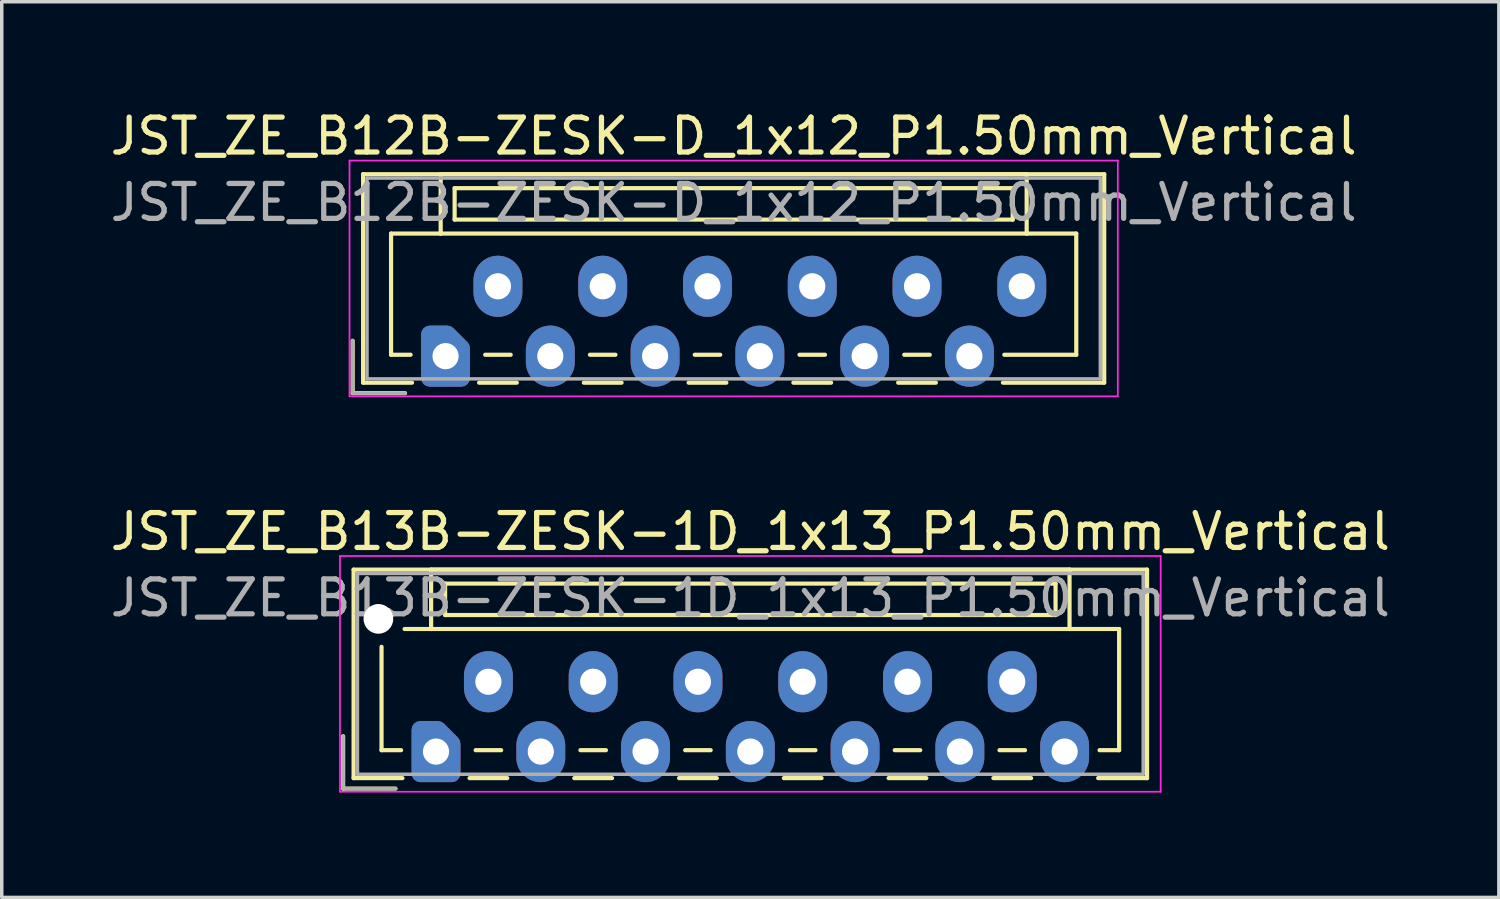
<source format=kicad_pcb>
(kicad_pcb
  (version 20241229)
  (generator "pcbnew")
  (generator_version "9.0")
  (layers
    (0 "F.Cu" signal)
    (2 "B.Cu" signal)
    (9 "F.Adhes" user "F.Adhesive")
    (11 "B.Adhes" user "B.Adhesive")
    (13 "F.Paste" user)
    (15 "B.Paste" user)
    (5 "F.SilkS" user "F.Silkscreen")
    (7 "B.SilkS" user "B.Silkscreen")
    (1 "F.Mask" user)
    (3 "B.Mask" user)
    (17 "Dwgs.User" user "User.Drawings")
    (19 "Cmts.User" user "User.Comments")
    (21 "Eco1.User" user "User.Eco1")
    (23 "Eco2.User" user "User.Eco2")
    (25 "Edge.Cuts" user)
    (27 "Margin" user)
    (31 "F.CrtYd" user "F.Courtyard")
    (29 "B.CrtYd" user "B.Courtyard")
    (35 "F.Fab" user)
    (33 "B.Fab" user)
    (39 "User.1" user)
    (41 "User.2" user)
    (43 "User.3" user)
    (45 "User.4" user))
  (footprint "JST_ZE_B12B-ZESK-D_1x12_P1.50mm_Vertical"
    (layer "F.Cu")
    (at 9.708 7.148)
    (property "Reference" "JST_ZE_B12B-ZESK-D_1x12_P1.50mm_Vertical" (at 8.25 -6.3 0) (layer "F.SilkS") (effects (font (size 1 1) (thickness 0.15))))
    (attr through_hole)
    (fp_line (start -2.66 -0.44) (end -2.66 1.06) (stroke (width 0.12) (type solid)) (layer "F.SilkS"))
    (fp_line (start -2.66 1.06) (end -1.16 1.06) (stroke (width 0.12) (type solid)) (layer "F.SilkS"))
    (fp_line (start -2.36 -5.21) (end 18.86 -5.21) (stroke (width 0.12) (type solid)) (layer "F.SilkS"))
    (fp_line (start -2.36 0.76) (end -2.36 -5.21) (stroke (width 0.12) (type solid)) (layer "F.SilkS"))
    (fp_line (start -1.56 -3.51) (end -1.56 -0.04) (stroke (width 0.12) (type solid)) (layer "F.SilkS"))
    (fp_line (start -1.56 -0.04) (end -1 -0.04) (stroke (width 0.12) (type solid)) (layer "F.SilkS"))
    (fp_line (start -0.96 0.76) (end -2.36 0.76) (stroke (width 0.12) (type solid)) (layer "F.SilkS"))
    (fp_line (start -0.14 -5.21) (end -0.14 -3.51) (stroke (width 0.12) (type solid)) (layer "F.SilkS"))
    (fp_line (start -0.14 -3.51) (end -1.56 -3.51) (stroke (width 0.12) (type solid)) (layer "F.SilkS"))
    (fp_line (start -0.14 -3.51) (end 16.64 -3.51) (stroke (width 0.12) (type solid)) (layer "F.SilkS"))
    (fp_line (start 0.26 -4.81) (end 0.26 -3.91) (stroke (width 0.12) (type solid)) (layer "F.SilkS"))
    (fp_line (start 0.26 -3.91) (end 16.24 -3.91) (stroke (width 0.12) (type solid)) (layer "F.SilkS"))
    (fp_line (start 0.96 0.76) (end 2.04 0.76) (stroke (width 0.12) (type solid)) (layer "F.SilkS"))
    (fp_line (start 1.135 -0.04) (end 1.865 -0.04) (stroke (width 0.12) (type solid)) (layer "F.SilkS"))
    (fp_line (start 3.96 0.76) (end 5.04 0.76) (stroke (width 0.12) (type solid)) (layer "F.SilkS"))
    (fp_line (start 4.135 -0.04) (end 4.865 -0.04) (stroke (width 0.12) (type solid)) (layer "F.SilkS"))
    (fp_line (start 6.96 0.76) (end 8.04 0.76) (stroke (width 0.12) (type solid)) (layer "F.SilkS"))
    (fp_line (start 7.135 -0.04) (end 7.865 -0.04) (stroke (width 0.12) (type solid)) (layer "F.SilkS"))
    (fp_line (start 9.96 0.76) (end 11.04 0.76) (stroke (width 0.12) (type solid)) (layer "F.SilkS"))
    (fp_line (start 10.135 -0.04) (end 10.865 -0.04) (stroke (width 0.12) (type solid)) (layer "F.SilkS"))
    (fp_line (start 12.96 0.76) (end 14.04 0.76) (stroke (width 0.12) (type solid)) (layer "F.SilkS"))
    (fp_line (start 13.135 -0.04) (end 13.865 -0.04) (stroke (width 0.12) (type solid)) (layer "F.SilkS"))
    (fp_line (start 16.24 -4.81) (end 0.26 -4.81) (stroke (width 0.12) (type solid)) (layer "F.SilkS"))
    (fp_line (start 16.24 -3.91) (end 16.24 -4.81) (stroke (width 0.12) (type solid)) (layer "F.SilkS"))
    (fp_line (start 16.64 -5.21) (end -0.14 -5.21) (stroke (width 0.12) (type solid)) (layer "F.SilkS"))
    (fp_line (start 16.64 -3.51) (end 16.64 -5.21) (stroke (width 0.12) (type solid)) (layer "F.SilkS"))
    (fp_line (start 16.64 -3.51) (end 18.06 -3.51) (stroke (width 0.12) (type solid)) (layer "F.SilkS"))
    (fp_line (start 18.06 -3.51) (end 18.06 -0.04) (stroke (width 0.12) (type solid)) (layer "F.SilkS"))
    (fp_line (start 18.06 -0.04) (end 16 -0.04) (stroke (width 0.12) (type solid)) (layer "F.SilkS"))
    (fp_line (start 18.86 -5.21) (end 18.86 0.76) (stroke (width 0.12) (type solid)) (layer "F.SilkS"))
    (fp_line (start 18.86 0.76) (end 15.96 0.76) (stroke (width 0.12) (type solid)) (layer "F.SilkS"))
    (fp_line (start -2.75 -5.6) (end -2.75 1.15) (stroke (width 0.05) (type solid)) (layer "F.CrtYd"))
    (fp_line (start -2.75 1.15) (end 19.25 1.15) (stroke (width 0.05) (type solid)) (layer "F.CrtYd"))
    (fp_line (start 19.25 -5.6) (end -2.75 -5.6) (stroke (width 0.05) (type solid)) (layer "F.CrtYd"))
    (fp_line (start 19.25 1.15) (end 19.25 -5.6) (stroke (width 0.05) (type solid)) (layer "F.CrtYd"))
    (fp_line (start -2.66 -0.44) (end -2.66 1.06) (stroke (width 0.1) (type solid)) (layer "F.Fab"))
    (fp_line (start -2.66 1.06) (end -1.16 1.06) (stroke (width 0.1) (type solid)) (layer "F.Fab"))
    (fp_line (start -2.25 -5.1) (end -2.25 0.65) (stroke (width 0.1) (type solid)) (layer "F.Fab"))
    (fp_line (start -2.25 0.65) (end 18.75 0.65) (stroke (width 0.1) (type solid)) (layer "F.Fab"))
    (fp_line (start 18.75 -5.1) (end -2.25 -5.1) (stroke (width 0.1) (type solid)) (layer "F.Fab"))
    (fp_line (start 18.75 0.65) (end 18.75 -5.1) (stroke (width 0.1) (type solid)) (layer "F.Fab"))
    (fp_text user "${REFERENCE}" (at 8.25 -4.4 0) (layer "F.Fab") (effects (font (size 1 1) (thickness 0.15))))
    (pad "1" thru_hole custom (at 0 0) (size 1.117 1.117) (drill 0.75) (layers "*.Cu" "*.Mask") (options (anchor circle)) (primitives (gr_poly (pts (xy -0.45 -0.625) (xy 0.05 -0.625) (xy 0.45 -0.225) (xy 0.45 0.625) (xy -0.45 0.625)) (width 0.5) (fill yes))))
    (pad "2" thru_hole oval (at 1.5 -2) (size 1.4 1.75) (drill 0.75) (layers "*.Cu" "*.Mask"))
    (pad "3" thru_hole oval (at 3 0) (size 1.4 1.75) (drill 0.75) (layers "*.Cu" "*.Mask"))
    (pad "4" thru_hole oval (at 4.5 -2) (size 1.4 1.75) (drill 0.75) (layers "*.Cu" "*.Mask"))
    (pad "5" thru_hole oval (at 6 0) (size 1.4 1.75) (drill 0.75) (layers "*.Cu" "*.Mask"))
    (pad "6" thru_hole oval (at 7.5 -2) (size 1.4 1.75) (drill 0.75) (layers "*.Cu" "*.Mask"))
    (pad "7" thru_hole oval (at 9 0) (size 1.4 1.75) (drill 0.75) (layers "*.Cu" "*.Mask"))
    (pad "8" thru_hole oval (at 10.5 -2) (size 1.4 1.75) (drill 0.75) (layers "*.Cu" "*.Mask"))
    (pad "9" thru_hole oval (at 12 0) (size 1.4 1.75) (drill 0.75) (layers "*.Cu" "*.Mask"))
    (pad "10" thru_hole oval (at 13.5 -2) (size 1.4 1.75) (drill 0.75) (layers "*.Cu" "*.Mask"))
    (pad "11" thru_hole oval (at 15 0) (size 1.4 1.75) (drill 0.75) (layers "*.Cu" "*.Mask"))
    (pad "12" thru_hole oval (at 16.5 -2) (size 1.4 1.75) (drill 0.75) (layers "*.Cu" "*.Mask")))
  (footprint "JST_ZE_B13B-ZESK-1D_1x13_P1.50mm_Vertical"
    (layer "F.Cu")
    (at 9.435 18.471)
    (property "Reference" "JST_ZE_B13B-ZESK-1D_1x13_P1.50mm_Vertical" (at 9 -6.3 0) (layer "F.SilkS") (effects (font (size 1 1) (thickness 0.15))))
    (attr through_hole)
    (fp_line (start -2.66 -0.44) (end -2.66 1.06) (stroke (width 0.12) (type solid)) (layer "F.SilkS"))
    (fp_line (start -2.66 1.06) (end -1.16 1.06) (stroke (width 0.12) (type solid)) (layer "F.SilkS"))
    (fp_line (start -2.36 -5.21) (end 20.36 -5.21) (stroke (width 0.12) (type solid)) (layer "F.SilkS"))
    (fp_line (start -2.36 0.76) (end -2.36 -5.21) (stroke (width 0.12) (type solid)) (layer "F.SilkS"))
    (fp_line (start -1.56 -3) (end -1.56 -0.04) (stroke (width 0.12) (type solid)) (layer "F.SilkS"))
    (fp_line (start -1.56 -0.04) (end -1 -0.04) (stroke (width 0.12) (type solid)) (layer "F.SilkS"))
    (fp_line (start -0.96 0.76) (end -2.36 0.76) (stroke (width 0.12) (type solid)) (layer "F.SilkS"))
    (fp_line (start -0.14 -5.21) (end -0.14 -3.51) (stroke (width 0.12) (type solid)) (layer "F.SilkS"))
    (fp_line (start -0.14 -3.51) (end -0.9 -3.51) (stroke (width 0.12) (type solid)) (layer "F.SilkS"))
    (fp_line (start -0.14 -3.51) (end 18.14 -3.51) (stroke (width 0.12) (type solid)) (layer "F.SilkS"))
    (fp_line (start 0.26 -4.81) (end 0.26 -3.91) (stroke (width 0.12) (type solid)) (layer "F.SilkS"))
    (fp_line (start 0.26 -3.91) (end 17.74 -3.91) (stroke (width 0.12) (type solid)) (layer "F.SilkS"))
    (fp_line (start 0.96 0.76) (end 2.04 0.76) (stroke (width 0.12) (type solid)) (layer "F.SilkS"))
    (fp_line (start 1.135 -0.04) (end 1.865 -0.04) (stroke (width 0.12) (type solid)) (layer "F.SilkS"))
    (fp_line (start 3.96 0.76) (end 5.04 0.76) (stroke (width 0.12) (type solid)) (layer "F.SilkS"))
    (fp_line (start 4.135 -0.04) (end 4.865 -0.04) (stroke (width 0.12) (type solid)) (layer "F.SilkS"))
    (fp_line (start 6.96 0.76) (end 8.04 0.76) (stroke (width 0.12) (type solid)) (layer "F.SilkS"))
    (fp_line (start 7.135 -0.04) (end 7.865 -0.04) (stroke (width 0.12) (type solid)) (layer "F.SilkS"))
    (fp_line (start 9.96 0.76) (end 11.04 0.76) (stroke (width 0.12) (type solid)) (layer "F.SilkS"))
    (fp_line (start 10.135 -0.04) (end 10.865 -0.04) (stroke (width 0.12) (type solid)) (layer "F.SilkS"))
    (fp_line (start 12.96 0.76) (end 14.04 0.76) (stroke (width 0.12) (type solid)) (layer "F.SilkS"))
    (fp_line (start 13.135 -0.04) (end 13.865 -0.04) (stroke (width 0.12) (type solid)) (layer "F.SilkS"))
    (fp_line (start 15.96 0.76) (end 17.04 0.76) (stroke (width 0.12) (type solid)) (layer "F.SilkS"))
    (fp_line (start 16.135 -0.04) (end 16.865 -0.04) (stroke (width 0.12) (type solid)) (layer "F.SilkS"))
    (fp_line (start 17.74 -4.81) (end 0.26 -4.81) (stroke (width 0.12) (type solid)) (layer "F.SilkS"))
    (fp_line (start 17.74 -3.91) (end 17.74 -4.81) (stroke (width 0.12) (type solid)) (layer "F.SilkS"))
    (fp_line (start 18.14 -5.21) (end -0.14 -5.21) (stroke (width 0.12) (type solid)) (layer "F.SilkS"))
    (fp_line (start 18.14 -3.51) (end 18.14 -5.21) (stroke (width 0.12) (type solid)) (layer "F.SilkS"))
    (fp_line (start 18.14 -3.51) (end 19.56 -3.51) (stroke (width 0.12) (type solid)) (layer "F.SilkS"))
    (fp_line (start 19.56 -3.51) (end 19.56 -0.04) (stroke (width 0.12) (type solid)) (layer "F.SilkS"))
    (fp_line (start 19.56 -0.04) (end 19 -0.04) (stroke (width 0.12) (type solid)) (layer "F.SilkS"))
    (fp_line (start 20.36 -5.21) (end 20.36 0.76) (stroke (width 0.12) (type solid)) (layer "F.SilkS"))
    (fp_line (start 20.36 0.76) (end 18.96 0.76) (stroke (width 0.12) (type solid)) (layer "F.SilkS"))
    (fp_line (start -2.75 -5.6) (end -2.75 1.15) (stroke (width 0.05) (type solid)) (layer "F.CrtYd"))
    (fp_line (start -2.75 1.15) (end 20.75 1.15) (stroke (width 0.05) (type solid)) (layer "F.CrtYd"))
    (fp_line (start 20.75 -5.6) (end -2.75 -5.6) (stroke (width 0.05) (type solid)) (layer "F.CrtYd"))
    (fp_line (start 20.75 1.15) (end 20.75 -5.6) (stroke (width 0.05) (type solid)) (layer "F.CrtYd"))
    (fp_line (start -2.66 -0.44) (end -2.66 1.06) (stroke (width 0.1) (type solid)) (layer "F.Fab"))
    (fp_line (start -2.66 1.06) (end -1.16 1.06) (stroke (width 0.1) (type solid)) (layer "F.Fab"))
    (fp_line (start -2.25 -5.1) (end -2.25 0.65) (stroke (width 0.1) (type solid)) (layer "F.Fab"))
    (fp_line (start -2.25 0.65) (end 20.25 0.65) (stroke (width 0.1) (type solid)) (layer "F.Fab"))
    (fp_line (start 20.25 -5.1) (end -2.25 -5.1) (stroke (width 0.1) (type solid)) (layer "F.Fab"))
    (fp_line (start 20.25 0.65) (end 20.25 -5.1) (stroke (width 0.1) (type solid)) (layer "F.Fab"))
    (fp_text user "${REFERENCE}" (at 9 -4.4 0) (layer "F.Fab") (effects (font (size 1 1) (thickness 0.15))))
    (pad "" np_thru_hole circle (at -1.65 -3.8) (size 0.85 0.85) (drill 0.85) (layers "*.Cu" "*.Mask"))
    (pad "1" thru_hole custom (at 0 0) (size 1.117 1.117) (drill 0.75) (layers "*.Cu" "*.Mask") (options (anchor circle)) (primitives (gr_poly (pts (xy -0.45 -0.625) (xy 0.05 -0.625) (xy 0.45 -0.225) (xy 0.45 0.625) (xy -0.45 0.625)) (width 0.5) (fill yes))))
    (pad "2" thru_hole oval (at 1.5 -2) (size 1.4 1.75) (drill 0.75) (layers "*.Cu" "*.Mask"))
    (pad "3" thru_hole oval (at 3 0) (size 1.4 1.75) (drill 0.75) (layers "*.Cu" "*.Mask"))
    (pad "4" thru_hole oval (at 4.5 -2) (size 1.4 1.75) (drill 0.75) (layers "*.Cu" "*.Mask"))
    (pad "5" thru_hole oval (at 6 0) (size 1.4 1.75) (drill 0.75) (layers "*.Cu" "*.Mask"))
    (pad "6" thru_hole oval (at 7.5 -2) (size 1.4 1.75) (drill 0.75) (layers "*.Cu" "*.Mask"))
    (pad "7" thru_hole oval (at 9 0) (size 1.4 1.75) (drill 0.75) (layers "*.Cu" "*.Mask"))
    (pad "8" thru_hole oval (at 10.5 -2) (size 1.4 1.75) (drill 0.75) (layers "*.Cu" "*.Mask"))
    (pad "9" thru_hole oval (at 12 0) (size 1.4 1.75) (drill 0.75) (layers "*.Cu" "*.Mask"))
    (pad "10" thru_hole oval (at 13.5 -2) (size 1.4 1.75) (drill 0.75) (layers "*.Cu" "*.Mask"))
    (pad "11" thru_hole oval (at 15 0) (size 1.4 1.75) (drill 0.75) (layers "*.Cu" "*.Mask"))
    (pad "12" thru_hole oval (at 16.5 -2) (size 1.4 1.75) (drill 0.75) (layers "*.Cu" "*.Mask"))
    (pad "13" thru_hole oval (at 18 0) (size 1.4 1.75) (drill 0.75) (layers "*.Cu" "*.Mask")))
  (gr_rect
    (start -3 -3)
    (end 39.869 22.646)
    (stroke (width 0.1) (type default))
    (fill no)
    (layer "Edge.Cuts")))
</source>
